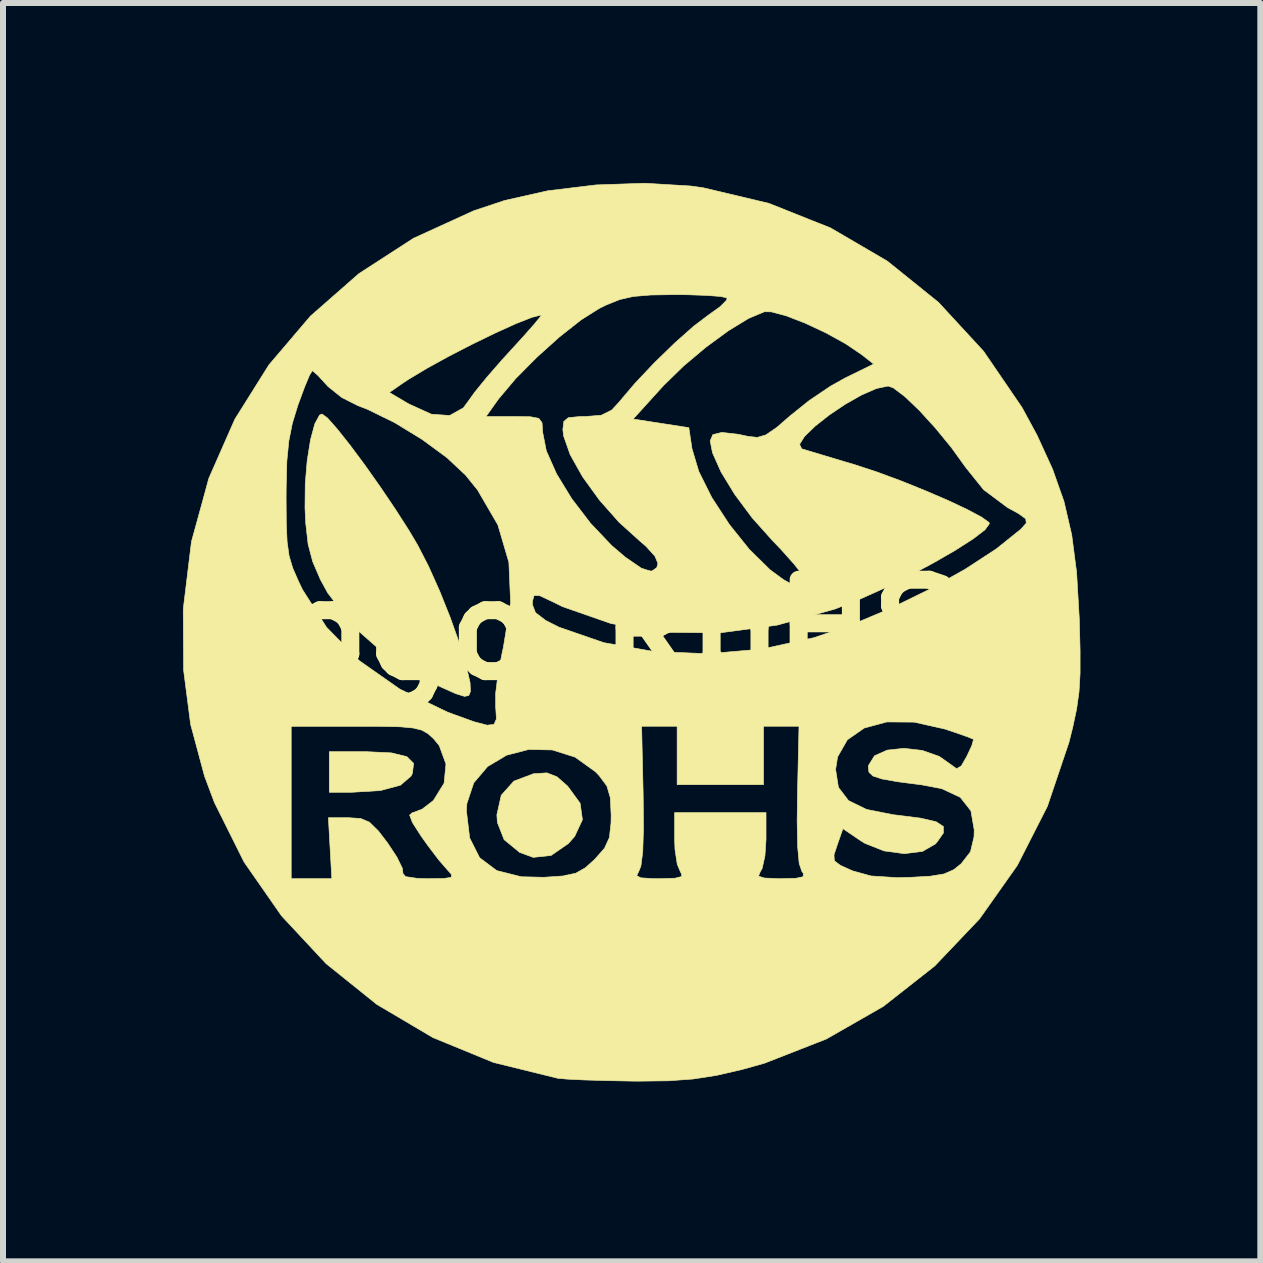
<source format=kicad_pcb>
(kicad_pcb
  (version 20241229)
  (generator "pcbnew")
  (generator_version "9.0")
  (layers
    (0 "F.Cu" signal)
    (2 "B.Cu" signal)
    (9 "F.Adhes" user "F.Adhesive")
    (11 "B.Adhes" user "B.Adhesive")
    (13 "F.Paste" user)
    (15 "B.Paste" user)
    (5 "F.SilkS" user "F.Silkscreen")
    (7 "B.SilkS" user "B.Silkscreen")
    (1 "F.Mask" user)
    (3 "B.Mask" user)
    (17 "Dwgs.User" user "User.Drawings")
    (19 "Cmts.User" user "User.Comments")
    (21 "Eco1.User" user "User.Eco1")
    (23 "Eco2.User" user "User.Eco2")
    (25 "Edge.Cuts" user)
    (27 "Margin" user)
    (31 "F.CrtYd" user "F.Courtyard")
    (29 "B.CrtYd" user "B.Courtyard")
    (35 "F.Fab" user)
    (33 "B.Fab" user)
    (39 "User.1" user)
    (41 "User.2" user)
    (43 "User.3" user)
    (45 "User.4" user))
  (footprint "Logo_RoHS2"
    (layer "F.Cu")
    (at 7.435 7.45)
    (property "Reference" "Logo_RoHS2" (at 0 0 0) (layer "F.SilkS") (effects (font (size 1.524 1.524) (thickness 0.3))))
    (attr through_hole)
    (fp_poly (pts (xy -3.959 2.052) (xy -3.701 2.115) (xy -3.589 2.227) (xy -3.61 2.394) (xy -3.632 2.439) (xy -3.808 2.59) (xy -4.142 2.68) (xy -4.625 2.709) (xy -4.995 2.709) (xy -4.995 2.032) (xy -4.371 2.032) (xy -3.959 2.052)) (stroke (width 0.01) (type solid)) (fill yes) (layer "F.SilkS"))
    (fp_poly (pts (xy -1.2 2.45) (xy -1.02 2.608) (xy -0.813 2.892) (xy -0.775 3.167) (xy -0.904 3.444) (xy -1.009 3.563) (xy -1.297 3.762) (xy -1.596 3.794) (xy -1.82 3.712) (xy -2.08 3.499) (xy -2.193 3.211) (xy -2.201 3.084) (xy -2.128 2.758) (xy -1.918 2.523) (xy -1.591 2.4) (xy -1.368 2.385) (xy -1.2 2.45)) (stroke (width 0.01) (type solid)) (fill yes) (layer "F.SilkS"))
    (fp_poly (pts (xy -5.026 -3.532) (xy -4.864 -3.349) (xy -4.649 -3.078) (xy -4.402 -2.746) (xy -4.142 -2.378) (xy -3.889 -2.003) (xy -3.661 -1.647) (xy -3.521 -1.41) (xy -3.339 -1.056) (xy -3.154 -0.643) (xy -2.979 -0.205) (xy -2.828 0.219) (xy -2.713 0.594) (xy -2.648 0.883) (xy -2.642 1.029) (xy -2.669 1.095) (xy -2.739 1.11) (xy -2.884 1.066) (xy -3.13 0.956) (xy -3.348 0.851) (xy -4.024 0.446) (xy -4.589 -0.05) (xy -5.022 -0.616) (xy -5.143 -0.837) (xy -5.271 -1.135) (xy -5.348 -1.426) (xy -5.388 -1.779) (xy -5.4 -2.032) (xy -5.396 -2.433) (xy -5.363 -2.824) (xy -5.308 -3.169) (xy -5.237 -3.433) (xy -5.157 -3.58) (xy -5.117 -3.598) (xy -5.026 -3.532)) (stroke (width 0.01) (type solid)) (fill yes) (layer "F.SilkS"))
    (fp_poly (pts (xy 1.028 -7.399) (xy 1.233 -7.371) (xy 2.333 -7.11) (xy 3.362 -6.7) (xy 4.308 -6.147) (xy 5.162 -5.459) (xy 5.914 -4.643) (xy 6.553 -3.708) (xy 6.804 -3.245) (xy 7.064 -2.677) (xy 7.254 -2.138) (xy 7.383 -1.581) (xy 7.464 -0.956) (xy 7.507 -0.215) (xy 7.509 -0.169) (xy 7.522 0.339) (xy 7.522 0.725) (xy 7.504 1.037) (xy 7.464 1.322) (xy 7.399 1.627) (xy 7.336 1.878) (xy 6.977 2.943) (xy 6.476 3.927) (xy 5.846 4.819) (xy 5.097 5.606) (xy 4.242 6.278) (xy 3.292 6.822) (xy 2.26 7.226) (xy 1.888 7.33) (xy 1.459 7.429) (xy 1.071 7.489) (xy 0.659 7.519) (xy 0.156 7.525) (xy 0.053 7.524) (xy -0.367 7.516) (xy -0.743 7.505) (xy -1.031 7.491) (xy -1.185 7.477) (xy -2.258 7.213) (xy -3.268 6.798) (xy -4.203 6.245) (xy -5.049 5.565) (xy -5.791 4.769) (xy -6.416 3.871) (xy -6.91 2.88) (xy -7.075 2.44) (xy -7.298 1.609) (xy -5.63 1.609) (xy -5.63 4.149) (xy -5.292 4.149) (xy -4.953 4.149) (xy -5.01 3.133) (xy -4.671 3.133) (xy -4.472 3.146) (xy -4.325 3.208) (xy -4.179 3.351) (xy -4.023 3.554) (xy -3.869 3.788) (xy -3.777 3.975) (xy -3.767 4.062) (xy -3.724 4.115) (xy -3.528 4.144) (xy -3.349 4.149) (xy -3.085 4.146) (xy -2.963 4.127) (xy -2.956 4.08) (xy -3.035 3.992) (xy -3.172 3.834) (xy -3.351 3.598) (xy -3.462 3.442) (xy -3.609 3.213) (xy -3.656 3.089) (xy -3.611 3.049) (xy -3.599 3.048) (xy -3.522 3.019) (xy -2.709 3.019) (xy -2.655 3.47) (xy -2.489 3.8) (xy -2.204 4.014) (xy -1.795 4.117) (xy -1.417 4.126) (xy -1.096 4.104) (xy -1.071 4.098) (xy 0.13 4.098) (xy 0.198 4.135) (xy 0.396 4.148) (xy 0.515 4.149) (xy 0.772 4.141) (xy 0.883 4.112) (xy 0.872 4.056) (xy 0.864 4.047) (xy 0.806 3.909) (xy 0.769 3.667) (xy 0.762 3.497) (xy 0.762 3.048) (xy 2.286 3.048) (xy 2.286 3.497) (xy 2.268 3.77) (xy 2.221 3.979) (xy 2.184 4.047) (xy 2.161 4.107) (xy 2.257 4.138) (xy 2.496 4.149) (xy 2.533 4.149) (xy 2.789 4.142) (xy 2.905 4.116) (xy 2.908 4.06) (xy 2.884 4.029) (xy 2.839 3.895) (xy 2.826 3.752) (xy 3.419 3.752) (xy 3.425 3.851) (xy 3.524 3.926) (xy 3.729 4.019) (xy 4.037 4.104) (xy 4.469 4.132) (xy 4.671 4.128) (xy 5.023 4.108) (xy 5.255 4.07) (xy 5.416 3.999) (xy 5.539 3.901) (xy 5.695 3.701) (xy 5.754 3.451) (xy 5.757 3.336) (xy 5.702 3.018) (xy 5.525 2.793) (xy 5.214 2.648) (xy 4.888 2.586) (xy 4.483 2.533) (xy 4.22 2.487) (xy 4.068 2.437) (xy 4.002 2.374) (xy 3.992 2.287) (xy 3.996 2.26) (xy 4.094 2.101) (xy 4.306 2.006) (xy 4.586 1.976) (xy 4.89 2.011) (xy 5.175 2.111) (xy 5.369 2.248) (xy 5.463 2.316) (xy 5.541 2.27) (xy 5.633 2.111) (xy 5.717 1.931) (xy 5.745 1.829) (xy 5.742 1.824) (xy 5.653 1.787) (xy 5.452 1.716) (xy 5.262 1.653) (xy 4.754 1.539) (xy 4.301 1.536) (xy 3.923 1.638) (xy 3.642 1.834) (xy 3.479 2.119) (xy 3.446 2.328) (xy 3.493 2.627) (xy 3.661 2.847) (xy 3.963 2.995) (xy 4.413 3.084) (xy 4.452 3.088) (xy 4.864 3.14) (xy 5.122 3.2) (xy 5.243 3.279) (xy 5.243 3.388) (xy 5.137 3.539) (xy 5.109 3.571) (xy 4.895 3.694) (xy 4.591 3.732) (xy 4.253 3.686) (xy 3.935 3.56) (xy 3.87 3.52) (xy 3.568 3.315) (xy 3.477 3.576) (xy 3.419 3.752) (xy 2.826 3.752) (xy 2.813 3.619) (xy 2.805 3.192) (xy 2.81 2.758) (xy 2.836 1.608) (xy 2.54 1.608) (xy 2.244 1.608) (xy 2.244 2.582) (xy 0.804 2.582) (xy 0.804 1.608) (xy 0.508 1.608) (xy 0.212 1.608) (xy 0.238 2.758) (xy 0.243 3.307) (xy 0.231 3.698) (xy 0.2 3.939) (xy 0.164 4.029) (xy 0.13 4.098) (xy -1.071 4.098) (xy -0.886 4.058) (xy -0.725 3.967) (xy -0.57 3.827) (xy -0.406 3.641) (xy -0.325 3.463) (xy -0.298 3.219) (xy -0.296 3.09) (xy -0.31 2.799) (xy -0.367 2.604) (xy -0.495 2.432) (xy -0.558 2.366) (xy -0.897 2.123) (xy -1.278 2.003) (xy -1.669 1.995) (xy -2.038 2.09) (xy -2.355 2.279) (xy -2.587 2.552) (xy -2.702 2.899) (xy -2.709 3.019) (xy -3.522 3.019) (xy -3.45 2.992) (xy -3.271 2.855) (xy -3.256 2.84) (xy -3.081 2.557) (xy -3.05 2.237) (xy -3.162 1.931) (xy -3.256 1.816) (xy -3.35 1.731) (xy -3.452 1.673) (xy -3.596 1.637) (xy -3.813 1.617) (xy -4.137 1.61) (xy -4.547 1.609) (xy -5.63 1.609) (xy -7.298 1.609) (xy -7.307 1.576) (xy -7.424 0.672) (xy -7.43 -0.319) (xy -7.428 -0.361) (xy -7.293 -1.47) (xy -7.092 -2.2) (xy -5.715 -2.2) (xy -5.712 -1.771) (xy -5.698 -1.464) (xy -5.665 -1.231) (xy -5.604 -1.027) (xy -5.506 -0.803) (xy -5.441 -0.668) (xy -5.041 -0.042) (xy -4.495 0.515) (xy -3.819 0.989) (xy -3.027 1.371) (xy -2.93 1.407) (xy -2.582 1.533) (xy -2.364 1.59) (xy -2.249 1.577) (xy -2.209 1.487) (xy -2.219 1.317) (xy -2.222 1.291) (xy -2.221 1.055) (xy -2.18 0.723) (xy -2.108 0.359) (xy -2.094 0.3) (xy -1.977 -0.419) (xy -1.609 -0.419) (xy -1.558 -0.287) (xy -1.388 -0.156) (xy -1.164 -0.043) (xy -0.417 0.215) (xy 0.422 0.363) (xy 1.312 0.399) (xy 2.215 0.322) (xy 3.09 0.13) (xy 3.705 -0.08) (xy 4.355 -0.354) (xy 5.002 -0.671) (xy 5.606 -1.01) (xy 6.127 -1.35) (xy 6.526 -1.67) (xy 6.545 -1.688) (xy 6.625 -1.779) (xy 6.616 -1.851) (xy 6.496 -1.938) (xy 6.311 -2.039) (xy 5.913 -2.337) (xy 5.615 -2.708) (xy 5.377 -3.038) (xy 5.11 -3.364) (xy 4.842 -3.658) (xy 4.599 -3.89) (xy 4.409 -4.033) (xy 4.322 -4.064) (xy 4.127 -4.023) (xy 3.879 -3.915) (xy 3.606 -3.76) (xy 3.337 -3.579) (xy 3.102 -3.393) (xy 2.928 -3.224) (xy 2.845 -3.092) (xy 2.881 -3.018) (xy 2.886 -3.016) (xy 3.016 -2.977) (xy 3.266 -2.902) (xy 3.591 -2.804) (xy 3.768 -2.752) (xy 4.128 -2.634) (xy 4.526 -2.487) (xy 4.931 -2.324) (xy 5.313 -2.16) (xy 5.639 -2.007) (xy 5.879 -1.879) (xy 6.002 -1.791) (xy 6.011 -1.771) (xy 5.939 -1.67) (xy 5.739 -1.516) (xy 5.439 -1.324) (xy 5.069 -1.111) (xy 4.655 -0.89) (xy 4.225 -0.679) (xy 3.808 -0.492) (xy 3.432 -0.345) (xy 2.473 -0.078) (xy 1.516 0.051) (xy 0.585 0.042) (xy -0.297 -0.104) (xy -1.106 -0.386) (xy -1.287 -0.475) (xy -1.487 -0.569) (xy -1.581 -0.572) (xy -1.608 -0.477) (xy -1.609 -0.419) (xy -1.977 -0.419) (xy -1.972 -0.447) (xy -2.001 -1.125) (xy -2.184 -1.748) (xy -2.523 -2.331) (xy -2.725 -2.581) (xy -3.035 -2.871) (xy -3.449 -3.175) (xy -3.909 -3.456) (xy -4.114 -3.556) (xy -2.382 -3.556) (xy -1.911 -3.556) (xy -1.642 -3.552) (xy -1.502 -3.525) (xy -1.448 -3.452) (xy -1.439 -3.31) (xy -1.439 -3.299) (xy -1.377 -2.984) (xy -1.207 -2.601) (xy -0.953 -2.185) (xy -0.639 -1.775) (xy -0.29 -1.407) (xy -0.058 -1.209) (xy 0.206 -1.028) (xy 0.375 -0.972) (xy 0.465 -1.037) (xy 0.484 -1.108) (xy 0.434 -1.227) (xy 0.284 -1.393) (xy 0.185 -1.478) (xy -0.165 -1.794) (xy -0.492 -2.164) (xy -0.772 -2.551) (xy -0.979 -2.92) (xy -1.089 -3.233) (xy -1.101 -3.34) (xy -1.085 -3.474) (xy -1.037 -3.514) (xy 0.071 -3.514) (xy 0.999 -3.37) (xy 1.052 -3.018) (xy 1.165 -2.64) (xy 1.382 -2.205) (xy 1.674 -1.757) (xy 2.007 -1.341) (xy 2.353 -1.001) (xy 2.579 -0.835) (xy 2.804 -0.711) (xy 2.922 -0.689) (xy 2.962 -0.764) (xy 2.963 -0.793) (xy 2.907 -0.9) (xy 2.756 -1.093) (xy 2.536 -1.34) (xy 2.387 -1.496) (xy 2.055 -1.867) (xy 1.765 -2.257) (xy 1.537 -2.63) (xy 1.394 -2.951) (xy 1.355 -3.149) (xy 1.4 -3.255) (xy 1.55 -3.291) (xy 1.826 -3.259) (xy 1.99 -3.224) (xy 2.142 -3.208) (xy 2.285 -3.25) (xy 2.464 -3.373) (xy 2.688 -3.567) (xy 3.002 -3.819) (xy 3.357 -4.059) (xy 3.607 -4.199) (xy 4.081 -4.431) (xy 3.882 -4.587) (xy 3.615 -4.768) (xy 3.288 -4.949) (xy 2.942 -5.111) (xy 2.623 -5.235) (xy 2.373 -5.301) (xy 2.26 -5.303) (xy 1.996 -5.192) (xy 1.657 -4.985) (xy 1.282 -4.71) (xy 0.91 -4.397) (xy 0.58 -4.075) (xy 0.545 -4.037) (xy 0.071 -3.514) (xy -1.037 -3.514) (xy -1.008 -3.537) (xy -0.824 -3.555) (xy -0.726 -3.556) (xy -0.461 -3.577) (xy -0.287 -3.663) (xy -0.17 -3.789) (xy 0.096 -4.103) (xy 0.421 -4.448) (xy 0.764 -4.781) (xy 1.083 -5.064) (xy 1.331 -5.251) (xy 1.525 -5.39) (xy 1.63 -5.498) (xy 1.635 -5.534) (xy 1.532 -5.557) (xy 1.299 -5.575) (xy 0.977 -5.586) (xy 0.77 -5.588) (xy 0.366 -5.582) (xy 0.077 -5.558) (xy -0.153 -5.506) (xy -0.377 -5.416) (xy -0.493 -5.359) (xy -0.796 -5.168) (xy -1.159 -4.882) (xy -1.537 -4.542) (xy -1.888 -4.188) (xy -2.165 -3.859) (xy -2.2 -3.812) (xy -2.382 -3.556) (xy -4.114 -3.556) (xy -4.359 -3.676) (xy -4.518 -3.737) (xy -4.787 -3.873) (xy -4.892 -3.957) (xy -3.994 -3.957) (xy -3.669 -3.765) (xy -3.292 -3.594) (xy -2.988 -3.573) (xy -2.76 -3.7) (xy -2.689 -3.796) (xy -2.569 -3.963) (xy -2.367 -4.211) (xy -2.117 -4.498) (xy -1.985 -4.642) (xy -1.751 -4.899) (xy -1.572 -5.102) (xy -1.472 -5.225) (xy -1.459 -5.249) (xy -1.614 -5.21) (xy -1.882 -5.105) (xy -2.226 -4.949) (xy -2.611 -4.762) (xy -3.003 -4.56) (xy -3.367 -4.36) (xy -3.667 -4.18) (xy -3.754 -4.123) (xy -3.994 -3.957) (xy -4.892 -3.957) (xy -5.017 -4.057) (xy -5.042 -4.085) (xy -5.182 -4.238) (xy -5.272 -4.316) (xy -5.279 -4.318) (xy -5.325 -4.244) (xy -5.406 -4.05) (xy -5.507 -3.776) (xy -5.518 -3.747) (xy -5.611 -3.443) (xy -5.67 -3.148) (xy -5.703 -2.808) (xy -5.714 -2.371) (xy -5.715 -2.2) (xy -7.092 -2.2) (xy -7.004 -2.524) (xy -6.57 -3.51) (xy -6.002 -4.416) (xy -5.31 -5.229) (xy -4.503 -5.937) (xy -3.592 -6.527) (xy -2.585 -6.987) (xy -2.074 -7.157) (xy -1.355 -7.319) (xy -0.55 -7.417) (xy 0.267 -7.445) (xy 1.028 -7.399)) (stroke (width 0.01) (type solid)) (fill yes) (layer "F.SilkS")))
  (gr_rect
    (start -3 -3)
    (end 17.962 17.979)
    (stroke (width 0.1) (type default))
    (fill no)
    (layer "Edge.Cuts")))
</source>
